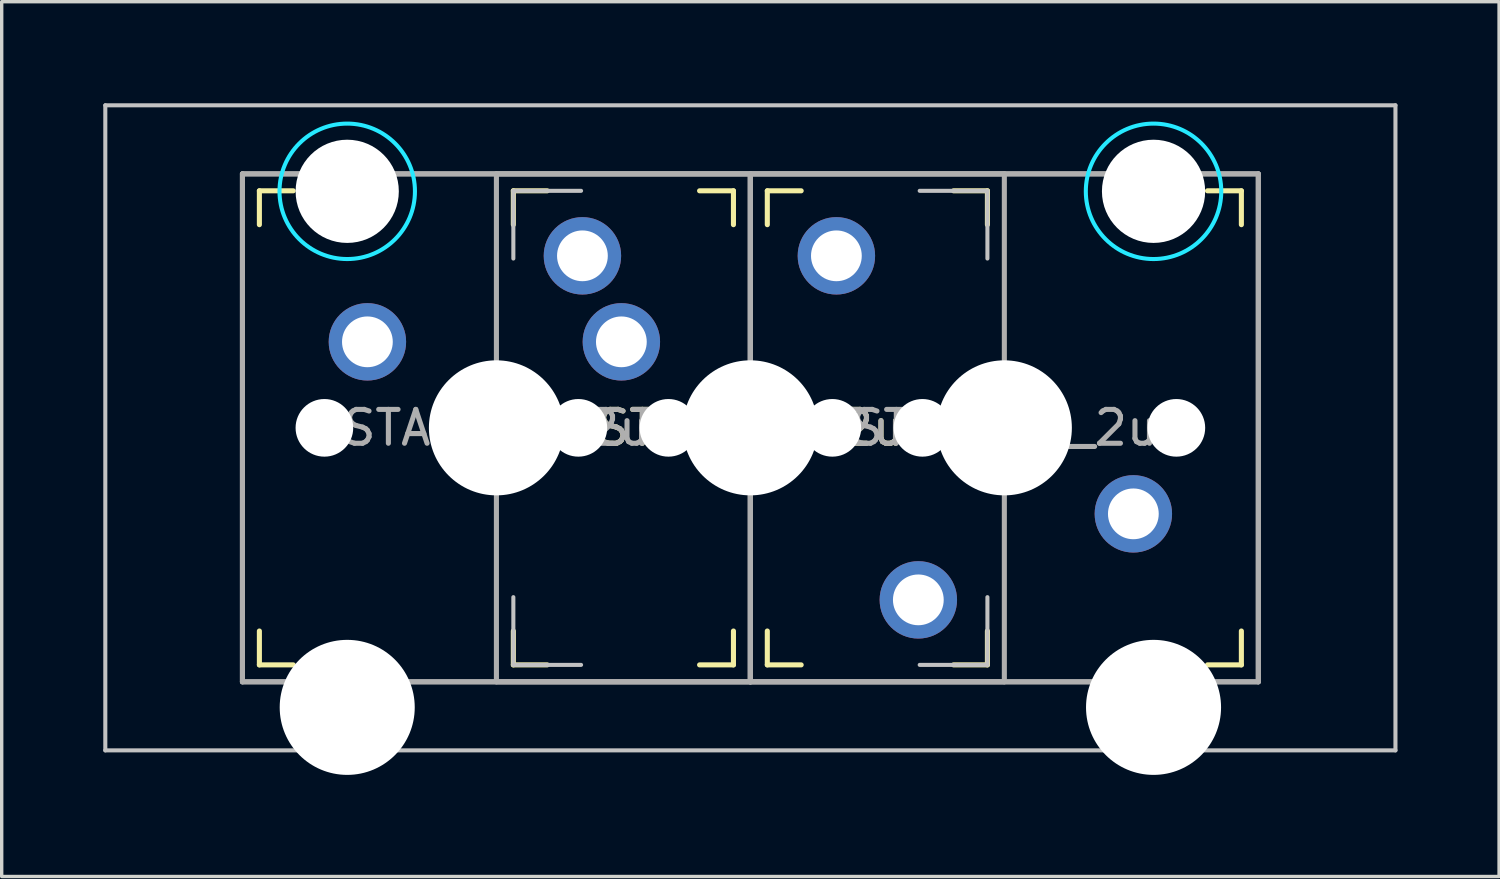
<source format=kicad_pcb>
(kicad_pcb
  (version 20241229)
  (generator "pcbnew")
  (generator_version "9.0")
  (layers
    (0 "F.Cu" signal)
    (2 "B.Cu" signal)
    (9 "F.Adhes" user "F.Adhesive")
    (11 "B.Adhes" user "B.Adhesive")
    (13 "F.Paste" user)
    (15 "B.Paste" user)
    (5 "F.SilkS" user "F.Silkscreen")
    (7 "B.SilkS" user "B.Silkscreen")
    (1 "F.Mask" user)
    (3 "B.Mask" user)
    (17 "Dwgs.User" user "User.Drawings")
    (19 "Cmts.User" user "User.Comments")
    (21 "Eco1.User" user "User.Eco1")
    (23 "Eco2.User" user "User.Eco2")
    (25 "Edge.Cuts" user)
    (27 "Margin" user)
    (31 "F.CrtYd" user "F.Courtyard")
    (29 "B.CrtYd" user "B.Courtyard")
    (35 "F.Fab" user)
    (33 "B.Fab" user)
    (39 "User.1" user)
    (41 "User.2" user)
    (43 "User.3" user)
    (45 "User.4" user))
  (footprint "STAB_MX_2u"
    (layer "F.Cu")
    (at 19.11 9.585)
    (property "Reference" "STAB_MX_2u" (at 0 0 0) (layer "F.SilkS") (effects (font (size 1 1) (thickness 0.15))))
    (attr through_hole exclude_from_pos_files exclude_from_bom)
    (fp_line (start -14.5 -6) (end -14.5 -7) (stroke (width 0.15) (type solid)) (layer "F.SilkS"))
    (fp_line (start -14.5 7) (end -14.5 6) (stroke (width 0.15) (type solid)) (layer "F.SilkS"))
    (fp_line (start -14.5 7) (end -13.5 7) (stroke (width 0.15) (type solid)) (layer "F.SilkS"))
    (fp_line (start -13.5 -7) (end -14.5 -7) (stroke (width 0.15) (type solid)) (layer "F.SilkS"))
    (fp_line (start -7 -6) (end -7 -7) (stroke (width 0.15) (type solid)) (layer "F.SilkS"))
    (fp_line (start -7 7) (end -7 6) (stroke (width 0.15) (type solid)) (layer "F.SilkS"))
    (fp_line (start -7 7) (end -6 7) (stroke (width 0.15) (type solid)) (layer "F.SilkS"))
    (fp_line (start -6 -7) (end -7 -7) (stroke (width 0.15) (type solid)) (layer "F.SilkS"))
    (fp_line (start -1.5 7) (end -0.5 7) (stroke (width 0.15) (type solid)) (layer "F.SilkS"))
    (fp_line (start -0.5 -7) (end -1.5 -7) (stroke (width 0.15) (type solid)) (layer "F.SilkS"))
    (fp_line (start -0.5 -7) (end -0.5 -6) (stroke (width 0.15) (type solid)) (layer "F.SilkS"))
    (fp_line (start -0.5 6) (end -0.5 7) (stroke (width 0.15) (type solid)) (layer "F.SilkS"))
    (fp_line (start 0.5 -6) (end 0.5 -7) (stroke (width 0.15) (type solid)) (layer "F.SilkS"))
    (fp_line (start 0.5 7) (end 0.5 6) (stroke (width 0.15) (type solid)) (layer "F.SilkS"))
    (fp_line (start 0.5 7) (end 1.5 7) (stroke (width 0.15) (type solid)) (layer "F.SilkS"))
    (fp_line (start 1.5 -7) (end 0.5 -7) (stroke (width 0.15) (type solid)) (layer "F.SilkS"))
    (fp_line (start 6 7) (end 7 7) (stroke (width 0.15) (type solid)) (layer "F.SilkS"))
    (fp_line (start 7 -7) (end 6 -7) (stroke (width 0.15) (type solid)) (layer "F.SilkS"))
    (fp_line (start 7 -7) (end 7 -6) (stroke (width 0.15) (type solid)) (layer "F.SilkS"))
    (fp_line (start 7 6) (end 7 7) (stroke (width 0.15) (type solid)) (layer "F.SilkS"))
    (fp_line (start 13.5 7) (end 14.5 7) (stroke (width 0.15) (type solid)) (layer "F.SilkS"))
    (fp_line (start 14.5 -7) (end 13.5 -7) (stroke (width 0.15) (type solid)) (layer "F.SilkS"))
    (fp_line (start 14.5 -7) (end 14.5 -6) (stroke (width 0.15) (type solid)) (layer "F.SilkS"))
    (fp_line (start 14.5 6) (end 14.5 7) (stroke (width 0.15) (type solid)) (layer "F.SilkS"))
    (fp_line (start -19.05 -9.525) (end -19.05 9.525) (stroke (width 0.12) (type solid)) (layer "Dwgs.User"))
    (fp_line (start -19.05 -9.525) (end 19.05 -9.525) (stroke (width 0.12) (type solid)) (layer "Dwgs.User"))
    (fp_line (start -19.05 9.525) (end 19.05 9.525) (stroke (width 0.12) (type solid)) (layer "Dwgs.User"))
    (fp_line (start -7 -7) (end -5 -7) (stroke (width 0.12) (type solid)) (layer "Dwgs.User"))
    (fp_line (start -7 -5) (end -7 -7) (stroke (width 0.12) (type solid)) (layer "Dwgs.User"))
    (fp_line (start -7 7) (end -7 5) (stroke (width 0.12) (type solid)) (layer "Dwgs.User"))
    (fp_line (start -5 7) (end -7 7) (stroke (width 0.12) (type solid)) (layer "Dwgs.User"))
    (fp_line (start 5 -7) (end 7 -7) (stroke (width 0.12) (type solid)) (layer "Dwgs.User"))
    (fp_line (start 5 7) (end 7 7) (stroke (width 0.12) (type solid)) (layer "Dwgs.User"))
    (fp_line (start 7 -7) (end 7 -5) (stroke (width 0.12) (type solid)) (layer "Dwgs.User"))
    (fp_line (start 7 7) (end 7 5) (stroke (width 0.12) (type solid)) (layer "Dwgs.User"))
    (fp_line (start 19.05 -9.525) (end 19.05 9.525) (stroke (width 0.12) (type solid)) (layer "Dwgs.User"))
    (fp_line (start -15.281 -5.5) (end -15.281 7.5) (stroke (width 0.05) (type solid)) (layer "Eco2.User"))
    (fp_line (start -14.781 -6) (end -9.031 -6) (stroke (width 0.05) (type solid)) (layer "Eco2.User"))
    (fp_line (start -14.781 8) (end -9.031 8) (stroke (width 0.05) (type solid)) (layer "Eco2.User"))
    (fp_line (start -14.4 6.9) (end -14.4 -6.9) (stroke (width 0.15) (type solid)) (layer "Eco2.User"))
    (fp_line (start -14.4 6.9) (end -0.6 6.9) (stroke (width 0.15) (type solid)) (layer "Eco2.User"))
    (fp_line (start -8.531 -5.5) (end -8.531 7.5) (stroke (width 0.05) (type solid)) (layer "Eco2.User"))
    (fp_line (start -6.9 6.9) (end -6.9 -6.9) (stroke (width 0.15) (type solid)) (layer "Eco2.User"))
    (fp_line (start -6.9 6.9) (end 6.9 6.9) (stroke (width 0.15) (type solid)) (layer "Eco2.User"))
    (fp_line (start -0.6 -6.9) (end -14.4 -6.9) (stroke (width 0.15) (type solid)) (layer "Eco2.User"))
    (fp_line (start -0.6 -6.9) (end -0.6 6.9) (stroke (width 0.15) (type solid)) (layer "Eco2.User"))
    (fp_line (start 0.6 6.9) (end 0.6 -6.9) (stroke (width 0.15) (type solid)) (layer "Eco2.User"))
    (fp_line (start 0.6 6.9) (end 14.4 6.9) (stroke (width 0.15) (type solid)) (layer "Eco2.User"))
    (fp_line (start 6.9 -6.9) (end -6.9 -6.9) (stroke (width 0.15) (type solid)) (layer "Eco2.User"))
    (fp_line (start 6.9 -6.9) (end 6.9 6.9) (stroke (width 0.15) (type solid)) (layer "Eco2.User"))
    (fp_line (start 8.531 -5.5) (end 8.531 7.5) (stroke (width 0.05) (type solid)) (layer "Eco2.User"))
    (fp_line (start 9.031 -6) (end 14.78 -6) (stroke (width 0.05) (type solid)) (layer "Eco2.User"))
    (fp_line (start 9.031 8) (end 14.781 8) (stroke (width 0.05) (type solid)) (layer "Eco2.User"))
    (fp_line (start 14.4 -6.9) (end 0.6 -6.9) (stroke (width 0.15) (type solid)) (layer "Eco2.User"))
    (fp_line (start 14.4 -6.9) (end 14.4 6.9) (stroke (width 0.15) (type solid)) (layer "Eco2.User"))
    (fp_line (start 15.28 -5.5) (end 15.281 7.5) (stroke (width 0.05) (type solid)) (layer "Eco2.User"))
    (fp_arc (start -15.28125 -5.499999) (mid -15.134803 -5.853552) (end -14.78125 -5.999999) (stroke (width 0.05) (type solid)) (layer "Eco2.User"))
    (fp_arc (start -14.78125 8.000001) (mid -15.134803 7.853554) (end -15.28125 7.500001) (stroke (width 0.05) (type solid)) (layer "Eco2.User"))
    (fp_arc (start -9.03125 -5.999999) (mid -8.677697 -5.853552) (end -8.53125 -5.499999) (stroke (width 0.05) (type solid)) (layer "Eco2.User"))
    (fp_arc (start -8.53125 7.500001) (mid -8.677697 7.853554) (end -9.03125 8.000001) (stroke (width 0.05) (type solid)) (layer "Eco2.User"))
    (fp_arc (start 8.53125 -5.499999) (mid 8.677697 -5.853552) (end 9.03125 -5.999999) (stroke (width 0.05) (type solid)) (layer "Eco2.User"))
    (fp_arc (start 9.03125 8.000001) (mid 8.677697 7.853554) (end 8.53125 7.500001) (stroke (width 0.05) (type solid)) (layer "Eco2.User"))
    (fp_arc (start 14.780039 -5.999999) (mid 15.133592 -5.853552) (end 15.280039 -5.499999) (stroke (width 0.05) (type solid)) (layer "Eco2.User"))
    (fp_arc (start 15.28125 7.500001) (mid 15.134803 7.853554) (end 14.78125 8.000001) (stroke (width 0.05) (type solid)) (layer "Eco2.User"))
    (fp_circle (center -11.906 -6.985) (end -9.906 -6.985) (stroke (width 0.12) (type solid)) (fill no) (layer "B.CrtYd"))
    (fp_circle (center 11.906 -6.985) (end 13.906 -6.985) (stroke (width 0.12) (type solid)) (fill no) (layer "B.CrtYd"))
    (fp_line (start -15 -7.5) (end 0 -7.5) (stroke (width 0.15) (type solid)) (layer "F.Fab"))
    (fp_line (start -15 -7.5) (end 0 -7.5) (stroke (width 0.15) (type solid)) (layer "F.Fab"))
    (fp_line (start -15 7.5) (end -15 -7.5) (stroke (width 0.15) (type solid)) (layer "F.Fab"))
    (fp_line (start -15 7.5) (end -15 -7.5) (stroke (width 0.15) (type solid)) (layer "F.Fab"))
    (fp_line (start -7.5 -7.5) (end 7.5 -7.5) (stroke (width 0.15) (type solid)) (layer "F.Fab"))
    (fp_line (start -7.5 7.5) (end -7.5 -7.5) (stroke (width 0.15) (type solid)) (layer "F.Fab"))
    (fp_line (start 0 -7.5) (end 0 7.5) (stroke (width 0.15) (type solid)) (layer "F.Fab"))
    (fp_line (start 0 -7.5) (end 0 7.5) (stroke (width 0.15) (type solid)) (layer "F.Fab"))
    (fp_line (start 0 -7.5) (end 15 -7.5) (stroke (width 0.15) (type solid)) (layer "F.Fab"))
    (fp_line (start 0 -7.5) (end 15 -7.5) (stroke (width 0.15) (type solid)) (layer "F.Fab"))
    (fp_line (start 0 7.5) (end -15 7.5) (stroke (width 0.15) (type solid)) (layer "F.Fab"))
    (fp_line (start 0 7.5) (end -15 7.5) (stroke (width 0.15) (type solid)) (layer "F.Fab"))
    (fp_line (start 0 7.5) (end 0 -7.5) (stroke (width 0.15) (type solid)) (layer "F.Fab"))
    (fp_line (start 0 7.5) (end 0 -7.5) (stroke (width 0.15) (type solid)) (layer "F.Fab"))
    (fp_line (start 7.5 -7.5) (end 7.5 7.5) (stroke (width 0.15) (type solid)) (layer "F.Fab"))
    (fp_line (start 7.5 7.5) (end -7.5 7.5) (stroke (width 0.15) (type solid)) (layer "F.Fab"))
    (fp_line (start 15 -7.5) (end 15 7.5) (stroke (width 0.15) (type solid)) (layer "F.Fab"))
    (fp_line (start 15 -7.5) (end 15 7.5) (stroke (width 0.15) (type solid)) (layer "F.Fab"))
    (fp_line (start 15 7.5) (end 0 7.5) (stroke (width 0.15) (type solid)) (layer "F.Fab"))
    (fp_line (start 15 7.5) (end 0 7.5) (stroke (width 0.15) (type solid)) (layer "F.Fab"))
    (fp_text user "${REFERENCE}" (at 0 0 0) (layer "F.Fab") (effects (font (size 1 1) (thickness 0.15))))
    (fp_text user "${REFERENCE}" (at 7.5 0 180) (layer "F.Fab") (effects (font (size 1 1) (thickness 0.15))))
    (fp_text user "${REFERENCE}" (at -7.5 0 0) (layer "F.Fab") (effects (font (size 1 1) (thickness 0.15))))
    (pad "" np_thru_hole circle (at -12.58 0) (size 1.702 1.702) (drill 1.702) (layers "*.Cu" "*.Mask"))
    (pad "" np_thru_hole circle (at -11.906 -6.985) (size 3.048 3.048) (drill 3.048) (layers "*.Cu" "*.Mask"))
    (pad "" np_thru_hole circle (at -11.906 8.255) (size 3.988 3.988) (drill 3.988) (layers "*.Cu" "*.Mask"))
    (pad "" np_thru_hole circle (at -7.5 0) (size 3.988 3.988) (drill 3.988) (layers "*.Cu" "*.Mask"))
    (pad "" np_thru_hole circle (at -5.08 0) (size 1.702 1.702) (drill 1.702) (layers "*.Cu" "*.Mask"))
    (pad "" np_thru_hole circle (at -2.42 0) (size 1.702 1.702) (drill 1.702) (layers "*.Cu" "*.Mask"))
    (pad "" np_thru_hole circle (at 0 0) (size 3.988 3.988) (drill 3.988) (layers "*.Cu" "*.Mask"))
    (pad "" np_thru_hole circle (at 2.42 0 180) (size 1.702 1.702) (drill 1.702) (layers "*.Cu" "*.Mask"))
    (pad "" np_thru_hole circle (at 5.08 0) (size 1.702 1.702) (drill 1.702) (layers "*.Cu" "*.Mask"))
    (pad "" np_thru_hole circle (at 7.5 0 180) (size 3.988 3.988) (drill 3.988) (layers "*.Cu" "*.Mask"))
    (pad "" np_thru_hole circle (at 11.906 -6.985) (size 3.048 3.048) (drill 3.048) (layers "*.Cu" "*.Mask"))
    (pad "" np_thru_hole circle (at 11.906 8.255) (size 3.988 3.988) (drill 3.988) (layers "*.Cu" "*.Mask"))
    (pad "" np_thru_hole circle (at 12.58 0 180) (size 1.702 1.702) (drill 1.702) (layers "*.Cu" "*.Mask"))
    (pad "1" thru_hole circle (at -4.96 -5.08) (size 2.286 2.286) (drill 1.499) (layers "*.Cu" "*.Mask"))
    (pad "1" thru_hole circle (at 2.54 -5.08) (size 2.286 2.286) (drill 1.499) (layers "*.Cu" "*.Mask"))
    (pad "1" thru_hole circle (at 4.96 5.08 180) (size 2.286 2.286) (drill 1.499) (layers "*.Cu" "*.Mask"))
    (pad "2" thru_hole circle (at -11.31 -2.54) (size 2.286 2.286) (drill 1.499) (layers "*.Cu" "*.Mask"))
    (pad "2" thru_hole circle (at -3.81 -2.54) (size 2.286 2.286) (drill 1.499) (layers "*.Cu" "*.Mask"))
    (pad "2" thru_hole circle (at 11.31 2.54 180) (size 2.286 2.286) (drill 1.499) (layers "*.Cu" "*.Mask")))
  (gr_rect
    (start -3 -3)
    (end 41.22 22.834)
    (stroke (width 0.1) (type default))
    (fill no)
    (layer "Edge.Cuts")))
</source>
